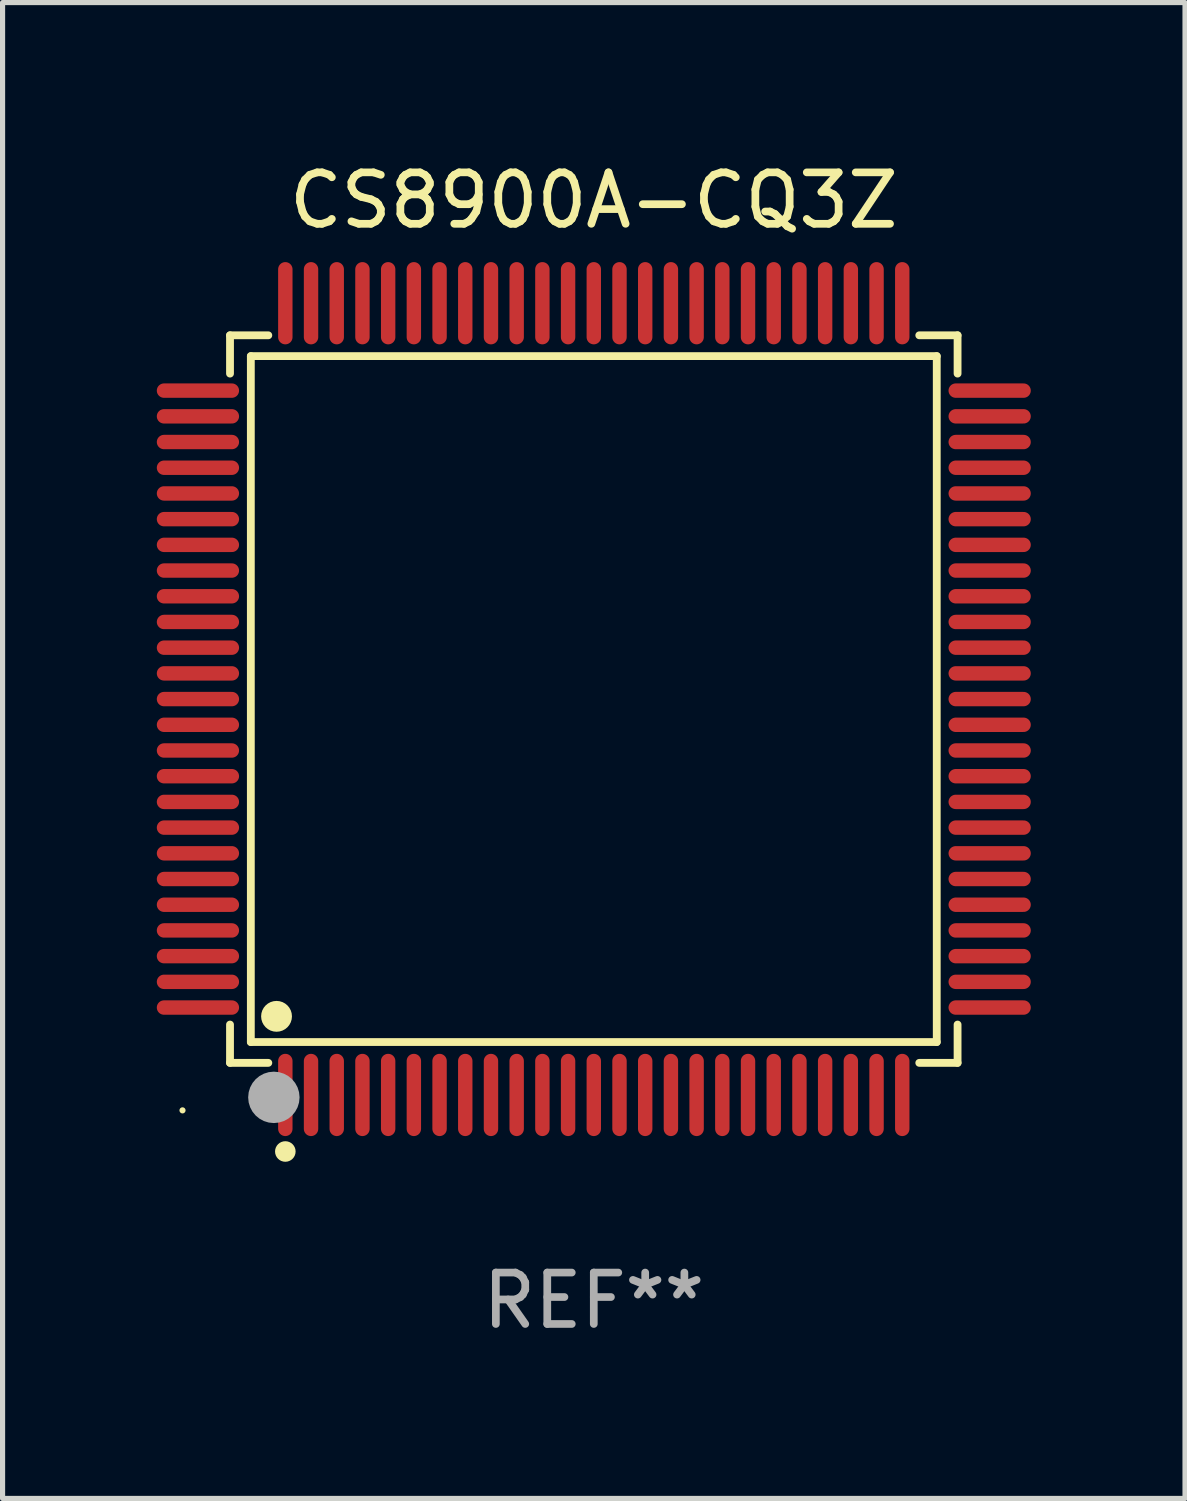
<source format=kicad_pcb>
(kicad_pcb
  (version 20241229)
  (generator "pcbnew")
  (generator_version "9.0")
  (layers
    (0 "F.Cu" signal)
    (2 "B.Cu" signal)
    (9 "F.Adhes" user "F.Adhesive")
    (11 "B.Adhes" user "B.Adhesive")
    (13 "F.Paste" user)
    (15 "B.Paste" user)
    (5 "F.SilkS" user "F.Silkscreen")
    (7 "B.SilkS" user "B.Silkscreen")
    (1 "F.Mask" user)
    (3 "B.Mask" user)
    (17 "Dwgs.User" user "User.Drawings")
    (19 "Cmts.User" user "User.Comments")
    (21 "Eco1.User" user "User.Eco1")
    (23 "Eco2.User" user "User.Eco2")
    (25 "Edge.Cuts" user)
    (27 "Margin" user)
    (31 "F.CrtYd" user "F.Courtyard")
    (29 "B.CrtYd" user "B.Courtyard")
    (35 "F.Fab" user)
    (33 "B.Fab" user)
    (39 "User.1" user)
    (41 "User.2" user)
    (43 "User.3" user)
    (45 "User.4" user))
  (footprint "CS8900A-CQ3Z"
    (layer "F.Cu")
    (at 8.5 10.548)
    (property "Reference" "CS8900A-CQ3Z" (at 0 -9.7 0) (layer "F.SilkS") (effects (font (size 1 1) (thickness 0.15))))
    (attr through_hole)
    (fp_line (start -7.076 -7.076) (end -6.331 -7.076) (stroke (width 0.152) (type solid)) (layer "F.SilkS"))
    (fp_line (start -7.076 -6.331) (end -7.076 -7.076) (stroke (width 0.152) (type solid)) (layer "F.SilkS"))
    (fp_line (start -7.076 6.331) (end -7.076 7.076) (stroke (width 0.152) (type solid)) (layer "F.SilkS"))
    (fp_line (start -7.076 7.076) (end -6.331 7.076) (stroke (width 0.152) (type solid)) (layer "F.SilkS"))
    (fp_line (start -6.671 -6.671) (end 6.671 -6.671) (stroke (width 0.152) (type solid)) (layer "F.SilkS"))
    (fp_line (start -6.671 6.671) (end -6.671 -6.671) (stroke (width 0.152) (type solid)) (layer "F.SilkS"))
    (fp_line (start 6.671 -6.671) (end 6.671 6.671) (stroke (width 0.152) (type solid)) (layer "F.SilkS"))
    (fp_line (start 6.671 6.671) (end -6.671 6.671) (stroke (width 0.152) (type solid)) (layer "F.SilkS"))
    (fp_line (start 7.076 -7.076) (end 6.331 -7.076) (stroke (width 0.152) (type solid)) (layer "F.SilkS"))
    (fp_line (start 7.076 -6.331) (end 7.076 -7.076) (stroke (width 0.152) (type solid)) (layer "F.SilkS"))
    (fp_line (start 7.076 6.331) (end 7.076 7.076) (stroke (width 0.152) (type solid)) (layer "F.SilkS"))
    (fp_line (start 7.076 7.076) (end 6.331 7.076) (stroke (width 0.152) (type solid)) (layer "F.SilkS"))
    (fp_circle (center -8 8) (end -7.97 8) (stroke (width 0.06) (type solid)) (fill no) (layer "F.SilkS"))
    (fp_circle (center -6.171 6.171) (end -6.021 6.171) (stroke (width 0.3) (type solid)) (fill no) (layer "F.SilkS"))
    (fp_circle (center -6 8.8) (end -5.9 8.8) (stroke (width 0.2) (type solid)) (fill no) (layer "F.SilkS"))
    (fp_circle (center -6.223 7.747) (end -5.973 7.747) (stroke (width 0.5) (type solid)) (fill no) (layer "F.Fab"))
    (fp_text user "REF**" (at 0 11.7 0) (layer "F.Fab") (effects (font (size 1 1) (thickness 0.15))))
    (pad "1" smd oval (at -6 7.7) (size 0.28 1.6) (layers "F.Cu" "F.Mask" "F.Paste"))
    (pad "2" smd oval (at -5.5 7.7) (size 0.28 1.6) (layers "F.Cu" "F.Mask" "F.Paste"))
    (pad "3" smd oval (at -5 7.7) (size 0.28 1.6) (layers "F.Cu" "F.Mask" "F.Paste"))
    (pad "4" smd oval (at -4.5 7.7) (size 0.28 1.6) (layers "F.Cu" "F.Mask" "F.Paste"))
    (pad "5" smd oval (at -4 7.7) (size 0.28 1.6) (layers "F.Cu" "F.Mask" "F.Paste"))
    (pad "6" smd oval (at -3.5 7.7) (size 0.28 1.6) (layers "F.Cu" "F.Mask" "F.Paste"))
    (pad "7" smd oval (at -3 7.7) (size 0.28 1.6) (layers "F.Cu" "F.Mask" "F.Paste"))
    (pad "8" smd oval (at -2.5 7.7) (size 0.28 1.6) (layers "F.Cu" "F.Mask" "F.Paste"))
    (pad "9" smd oval (at -2 7.7) (size 0.28 1.6) (layers "F.Cu" "F.Mask" "F.Paste"))
    (pad "10" smd oval (at -1.5 7.7) (size 0.28 1.6) (layers "F.Cu" "F.Mask" "F.Paste"))
    (pad "11" smd oval (at -1 7.7) (size 0.28 1.6) (layers "F.Cu" "F.Mask" "F.Paste"))
    (pad "12" smd oval (at -0.5 7.7) (size 0.28 1.6) (layers "F.Cu" "F.Mask" "F.Paste"))
    (pad "13" smd oval (at 0 7.7) (size 0.28 1.6) (layers "F.Cu" "F.Mask" "F.Paste"))
    (pad "14" smd oval (at 0.5 7.7) (size 0.28 1.6) (layers "F.Cu" "F.Mask" "F.Paste"))
    (pad "15" smd oval (at 1 7.7) (size 0.28 1.6) (layers "F.Cu" "F.Mask" "F.Paste"))
    (pad "16" smd oval (at 1.5 7.7) (size 0.28 1.6) (layers "F.Cu" "F.Mask" "F.Paste"))
    (pad "17" smd oval (at 2 7.7) (size 0.28 1.6) (layers "F.Cu" "F.Mask" "F.Paste"))
    (pad "18" smd oval (at 2.5 7.7) (size 0.28 1.6) (layers "F.Cu" "F.Mask" "F.Paste"))
    (pad "19" smd oval (at 3 7.7) (size 0.28 1.6) (layers "F.Cu" "F.Mask" "F.Paste"))
    (pad "20" smd oval (at 3.5 7.7) (size 0.28 1.6) (layers "F.Cu" "F.Mask" "F.Paste"))
    (pad "21" smd oval (at 4 7.7) (size 0.28 1.6) (layers "F.Cu" "F.Mask" "F.Paste"))
    (pad "22" smd oval (at 4.5 7.7) (size 0.28 1.6) (layers "F.Cu" "F.Mask" "F.Paste"))
    (pad "23" smd oval (at 5 7.7) (size 0.28 1.6) (layers "F.Cu" "F.Mask" "F.Paste"))
    (pad "24" smd oval (at 5.5 7.7) (size 0.28 1.6) (layers "F.Cu" "F.Mask" "F.Paste"))
    (pad "25" smd oval (at 6 7.7) (size 0.28 1.6) (layers "F.Cu" "F.Mask" "F.Paste"))
    (pad "26" smd oval (at 7.7 6) (size 1.6 0.28) (layers "F.Cu" "F.Mask" "F.Paste"))
    (pad "27" smd oval (at 7.7 5.5) (size 1.6 0.28) (layers "F.Cu" "F.Mask" "F.Paste"))
    (pad "28" smd oval (at 7.7 5) (size 1.6 0.28) (layers "F.Cu" "F.Mask" "F.Paste"))
    (pad "29" smd oval (at 7.7 4.5) (size 1.6 0.28) (layers "F.Cu" "F.Mask" "F.Paste"))
    (pad "30" smd oval (at 7.7 4) (size 1.6 0.28) (layers "F.Cu" "F.Mask" "F.Paste"))
    (pad "31" smd oval (at 7.7 3.5) (size 1.6 0.28) (layers "F.Cu" "F.Mask" "F.Paste"))
    (pad "32" smd oval (at 7.7 3) (size 1.6 0.28) (layers "F.Cu" "F.Mask" "F.Paste"))
    (pad "33" smd oval (at 7.7 2.5) (size 1.6 0.28) (layers "F.Cu" "F.Mask" "F.Paste"))
    (pad "34" smd oval (at 7.7 2) (size 1.6 0.28) (layers "F.Cu" "F.Mask" "F.Paste"))
    (pad "35" smd oval (at 7.7 1.5) (size 1.6 0.28) (layers "F.Cu" "F.Mask" "F.Paste"))
    (pad "36" smd oval (at 7.7 1) (size 1.6 0.28) (layers "F.Cu" "F.Mask" "F.Paste"))
    (pad "37" smd oval (at 7.7 0.5) (size 1.6 0.28) (layers "F.Cu" "F.Mask" "F.Paste"))
    (pad "38" smd oval (at 7.7 0) (size 1.6 0.28) (layers "F.Cu" "F.Mask" "F.Paste"))
    (pad "39" smd oval (at 7.7 -0.5) (size 1.6 0.28) (layers "F.Cu" "F.Mask" "F.Paste"))
    (pad "40" smd oval (at 7.7 -1) (size 1.6 0.28) (layers "F.Cu" "F.Mask" "F.Paste"))
    (pad "41" smd oval (at 7.7 -1.5) (size 1.6 0.28) (layers "F.Cu" "F.Mask" "F.Paste"))
    (pad "42" smd oval (at 7.7 -2) (size 1.6 0.28) (layers "F.Cu" "F.Mask" "F.Paste"))
    (pad "43" smd oval (at 7.7 -2.5) (size 1.6 0.28) (layers "F.Cu" "F.Mask" "F.Paste"))
    (pad "44" smd oval (at 7.7 -3) (size 1.6 0.28) (layers "F.Cu" "F.Mask" "F.Paste"))
    (pad "45" smd oval (at 7.7 -3.5) (size 1.6 0.28) (layers "F.Cu" "F.Mask" "F.Paste"))
    (pad "46" smd oval (at 7.7 -4) (size 1.6 0.28) (layers "F.Cu" "F.Mask" "F.Paste"))
    (pad "47" smd oval (at 7.7 -4.5) (size 1.6 0.28) (layers "F.Cu" "F.Mask" "F.Paste"))
    (pad "48" smd oval (at 7.7 -5) (size 1.6 0.28) (layers "F.Cu" "F.Mask" "F.Paste"))
    (pad "49" smd oval (at 7.7 -5.5) (size 1.6 0.28) (layers "F.Cu" "F.Mask" "F.Paste"))
    (pad "50" smd oval (at 7.7 -6) (size 1.6 0.28) (layers "F.Cu" "F.Mask" "F.Paste"))
    (pad "51" smd oval (at 6 -7.7) (size 0.28 1.6) (layers "F.Cu" "F.Mask" "F.Paste"))
    (pad "52" smd oval (at 5.5 -7.7) (size 0.28 1.6) (layers "F.Cu" "F.Mask" "F.Paste"))
    (pad "53" smd oval (at 5 -7.7) (size 0.28 1.6) (layers "F.Cu" "F.Mask" "F.Paste"))
    (pad "54" smd oval (at 4.5 -7.7) (size 0.28 1.6) (layers "F.Cu" "F.Mask" "F.Paste"))
    (pad "55" smd oval (at 4 -7.7) (size 0.28 1.6) (layers "F.Cu" "F.Mask" "F.Paste"))
    (pad "56" smd oval (at 3.5 -7.7) (size 0.28 1.6) (layers "F.Cu" "F.Mask" "F.Paste"))
    (pad "57" smd oval (at 3 -7.7) (size 0.28 1.6) (layers "F.Cu" "F.Mask" "F.Paste"))
    (pad "58" smd oval (at 2.5 -7.7) (size 0.28 1.6) (layers "F.Cu" "F.Mask" "F.Paste"))
    (pad "59" smd oval (at 2 -7.7) (size 0.28 1.6) (layers "F.Cu" "F.Mask" "F.Paste"))
    (pad "60" smd oval (at 1.5 -7.7) (size 0.28 1.6) (layers "F.Cu" "F.Mask" "F.Paste"))
    (pad "61" smd oval (at 1 -7.7) (size 0.28 1.6) (layers "F.Cu" "F.Mask" "F.Paste"))
    (pad "62" smd oval (at 0.5 -7.7) (size 0.28 1.6) (layers "F.Cu" "F.Mask" "F.Paste"))
    (pad "63" smd oval (at 0 -7.7) (size 0.28 1.6) (layers "F.Cu" "F.Mask" "F.Paste"))
    (pad "64" smd oval (at -0.5 -7.7) (size 0.28 1.6) (layers "F.Cu" "F.Mask" "F.Paste"))
    (pad "65" smd oval (at -1 -7.7) (size 0.28 1.6) (layers "F.Cu" "F.Mask" "F.Paste"))
    (pad "66" smd oval (at -1.5 -7.7) (size 0.28 1.6) (layers "F.Cu" "F.Mask" "F.Paste"))
    (pad "67" smd oval (at -2 -7.7) (size 0.28 1.6) (layers "F.Cu" "F.Mask" "F.Paste"))
    (pad "68" smd oval (at -2.5 -7.7) (size 0.28 1.6) (layers "F.Cu" "F.Mask" "F.Paste"))
    (pad "69" smd oval (at -3 -7.7) (size 0.28 1.6) (layers "F.Cu" "F.Mask" "F.Paste"))
    (pad "70" smd oval (at -3.5 -7.7) (size 0.28 1.6) (layers "F.Cu" "F.Mask" "F.Paste"))
    (pad "71" smd oval (at -4 -7.7) (size 0.28 1.6) (layers "F.Cu" "F.Mask" "F.Paste"))
    (pad "72" smd oval (at -4.5 -7.7) (size 0.28 1.6) (layers "F.Cu" "F.Mask" "F.Paste"))
    (pad "73" smd oval (at -5 -7.7) (size 0.28 1.6) (layers "F.Cu" "F.Mask" "F.Paste"))
    (pad "74" smd oval (at -5.5 -7.7) (size 0.28 1.6) (layers "F.Cu" "F.Mask" "F.Paste"))
    (pad "75" smd oval (at -6 -7.7) (size 0.28 1.6) (layers "F.Cu" "F.Mask" "F.Paste"))
    (pad "76" smd oval (at -7.7 -6) (size 1.6 0.28) (layers "F.Cu" "F.Mask" "F.Paste"))
    (pad "77" smd oval (at -7.7 -5.5) (size 1.6 0.28) (layers "F.Cu" "F.Mask" "F.Paste"))
    (pad "78" smd oval (at -7.7 -5) (size 1.6 0.28) (layers "F.Cu" "F.Mask" "F.Paste"))
    (pad "79" smd oval (at -7.7 -4.5) (size 1.6 0.28) (layers "F.Cu" "F.Mask" "F.Paste"))
    (pad "80" smd oval (at -7.7 -4) (size 1.6 0.28) (layers "F.Cu" "F.Mask" "F.Paste"))
    (pad "81" smd oval (at -7.7 -3.5) (size 1.6 0.28) (layers "F.Cu" "F.Mask" "F.Paste"))
    (pad "82" smd oval (at -7.7 -3) (size 1.6 0.28) (layers "F.Cu" "F.Mask" "F.Paste"))
    (pad "83" smd oval (at -7.7 -2.5) (size 1.6 0.28) (layers "F.Cu" "F.Mask" "F.Paste"))
    (pad "84" smd oval (at -7.7 -2) (size 1.6 0.28) (layers "F.Cu" "F.Mask" "F.Paste"))
    (pad "85" smd oval (at -7.7 -1.5) (size 1.6 0.28) (layers "F.Cu" "F.Mask" "F.Paste"))
    (pad "86" smd oval (at -7.7 -1) (size 1.6 0.28) (layers "F.Cu" "F.Mask" "F.Paste"))
    (pad "87" smd oval (at -7.7 -0.5) (size 1.6 0.28) (layers "F.Cu" "F.Mask" "F.Paste"))
    (pad "88" smd oval (at -7.7 0) (size 1.6 0.28) (layers "F.Cu" "F.Mask" "F.Paste"))
    (pad "89" smd oval (at -7.7 0.5) (size 1.6 0.28) (layers "F.Cu" "F.Mask" "F.Paste"))
    (pad "90" smd oval (at -7.7 1) (size 1.6 0.28) (layers "F.Cu" "F.Mask" "F.Paste"))
    (pad "91" smd oval (at -7.7 1.5) (size 1.6 0.28) (layers "F.Cu" "F.Mask" "F.Paste"))
    (pad "92" smd oval (at -7.7 2) (size 1.6 0.28) (layers "F.Cu" "F.Mask" "F.Paste"))
    (pad "93" smd oval (at -7.7 2.5) (size 1.6 0.28) (layers "F.Cu" "F.Mask" "F.Paste"))
    (pad "94" smd oval (at -7.7 3) (size 1.6 0.28) (layers "F.Cu" "F.Mask" "F.Paste"))
    (pad "95" smd oval (at -7.7 3.5) (size 1.6 0.28) (layers "F.Cu" "F.Mask" "F.Paste"))
    (pad "96" smd oval (at -7.7 4) (size 1.6 0.28) (layers "F.Cu" "F.Mask" "F.Paste"))
    (pad "97" smd oval (at -7.7 4.5) (size 1.6 0.28) (layers "F.Cu" "F.Mask" "F.Paste"))
    (pad "98" smd oval (at -7.7 5) (size 1.6 0.28) (layers "F.Cu" "F.Mask" "F.Paste"))
    (pad "99" smd oval (at -7.7 5.5) (size 1.6 0.28) (layers "F.Cu" "F.Mask" "F.Paste"))
    (pad "100" smd oval (at -7.7 6) (size 1.6 0.28) (layers "F.Cu" "F.Mask" "F.Paste")))
  (gr_rect
    (start -3 -3)
    (end 20 26.097)
    (stroke (width 0.1) (type default))
    (fill no)
    (layer "Edge.Cuts")))
</source>
